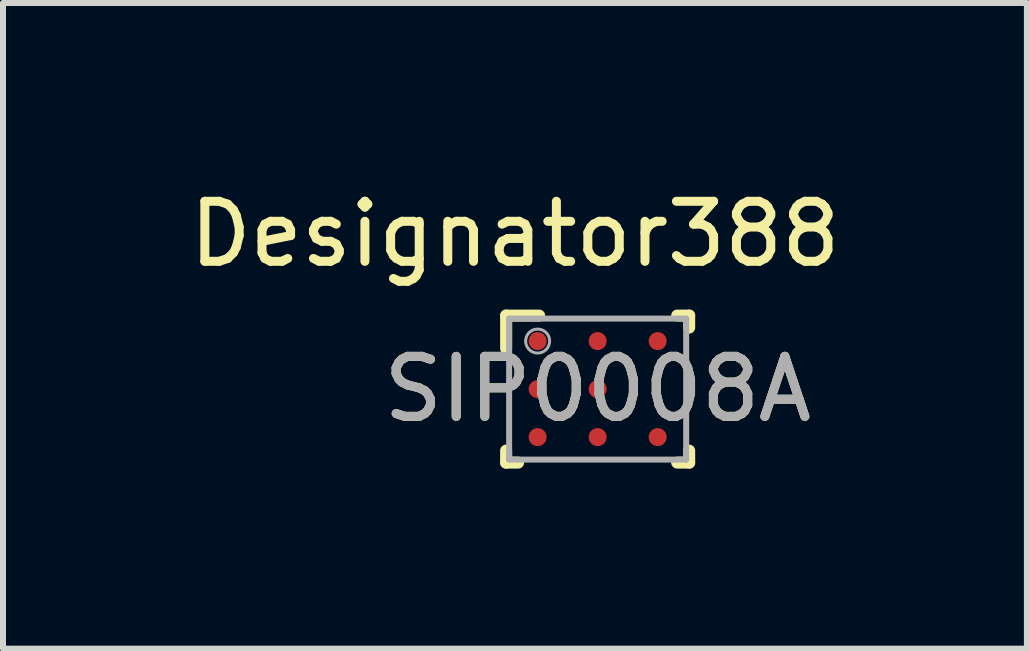
<source format=kicad_pcb>
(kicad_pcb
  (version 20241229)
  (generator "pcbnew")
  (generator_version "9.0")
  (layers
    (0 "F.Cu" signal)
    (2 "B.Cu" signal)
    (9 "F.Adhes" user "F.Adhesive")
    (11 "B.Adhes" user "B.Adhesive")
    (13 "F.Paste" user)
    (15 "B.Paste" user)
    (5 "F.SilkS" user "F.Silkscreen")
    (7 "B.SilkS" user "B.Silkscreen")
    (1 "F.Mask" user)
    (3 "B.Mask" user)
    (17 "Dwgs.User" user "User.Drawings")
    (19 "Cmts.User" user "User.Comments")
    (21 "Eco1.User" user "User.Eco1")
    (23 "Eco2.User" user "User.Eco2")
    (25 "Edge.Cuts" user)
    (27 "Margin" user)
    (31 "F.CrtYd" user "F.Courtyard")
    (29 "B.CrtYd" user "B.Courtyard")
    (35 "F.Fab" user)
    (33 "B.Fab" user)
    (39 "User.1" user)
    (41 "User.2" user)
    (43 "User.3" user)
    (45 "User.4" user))
  (footprint "SIP0008A"
    (layer "F.Cu")
    (at 6.908 3.433)
    (property "Reference" "SIP0008A" (at 0 0 0) (unlocked yes) (layer "F.SilkS") (effects (font (size 1 1) (thickness 0.15))))
    (attr smd)
    (fp_line (start -1.525 -1.225) (end -0.975 -1.225) (stroke (width 0.2) (type solid)) (layer "F.SilkS"))
    (fp_line (start -1.525 -0.675) (end -1.525 -1.225) (stroke (width 0.2) (type solid)) (layer "F.SilkS"))
    (fp_line (start -1.525 1.225) (end -1.525 1.025) (stroke (width 0.2) (type solid)) (layer "F.SilkS"))
    (fp_line (start -1.525 1.225) (end -1.325 1.225) (stroke (width 0.2) (type solid)) (layer "F.SilkS"))
    (fp_line (start 1.325 -1.225) (end 1.525 -1.225) (stroke (width 0.2) (type solid)) (layer "F.SilkS"))
    (fp_line (start 1.325 1.225) (end 1.525 1.225) (stroke (width 0.2) (type solid)) (layer "F.SilkS"))
    (fp_line (start 1.525 -1.025) (end 1.525 -1.225) (stroke (width 0.2) (type solid)) (layer "F.SilkS"))
    (fp_line (start 1.525 1.225) (end 1.525 1.025) (stroke (width 0.2) (type solid)) (layer "F.SilkS"))
    (fp_line (start -1.475 -1.175) (end 1.475 -1.175) (stroke (width 0.1) (type solid)) (layer "F.Fab"))
    (fp_line (start -1.475 1.175) (end -1.475 -1.175) (stroke (width 0.1) (type solid)) (layer "F.Fab"))
    (fp_line (start -1.475 1.175) (end 1.475 1.175) (stroke (width 0.1) (type solid)) (layer "F.Fab"))
    (fp_line (start 1.475 1.175) (end 1.475 -1.175) (stroke (width 0.1) (type solid)) (layer "F.Fab"))
    (fp_circle (center -1 -0.8) (end -0.8 -0.8) (stroke (width 0.05) (type solid)) (fill no) (layer "F.Fab"))
    (fp_text user "Designator388" (at -1.378 -2.584 0) (unlocked yes) (layer "F.SilkS") (effects (font (size 1 1) (thickness 0.15))))
    (fp_text user "${REFERENCE}" (at 0 0 0) (unlocked yes) (layer "F.Fab") (effects (font (size 1 1) (thickness 0.15))))
    (pad "A1" smd circle (at -1 -0.8) (size 0.3 0.3) (layers "F.Cu" "F.Mask" "F.Paste"))
    (pad "A2" smd circle (at 0 -0.8) (size 0.3 0.3) (layers "F.Cu" "F.Mask" "F.Paste"))
    (pad "A3" smd circle (at 1 -0.8) (size 0.3 0.3) (layers "F.Cu" "F.Mask" "F.Paste"))
    (pad "B1" smd circle (at -1 -0.000003) (size 0.3 0.3) (layers "F.Cu" "F.Mask" "F.Paste"))
    (pad "B2" smd circle (at 0 0) (size 0.3 0.3) (layers "F.Cu" "F.Mask" "F.Paste"))
    (pad "C1" smd circle (at -1 0.8) (size 0.3 0.3) (layers "F.Cu" "F.Mask" "F.Paste"))
    (pad "C2" smd circle (at 0 0.8) (size 0.3 0.3) (layers "F.Cu" "F.Mask" "F.Paste"))
    (pad "C3" smd circle (at 1 0.8) (size 0.3 0.3) (layers "F.Cu" "F.Mask" "F.Paste")))
  (gr_rect
    (start -3 -3)
    (end 14.06 7.758)
    (stroke (width 0.1) (type default))
    (fill no)
    (layer "Edge.Cuts")))
</source>
